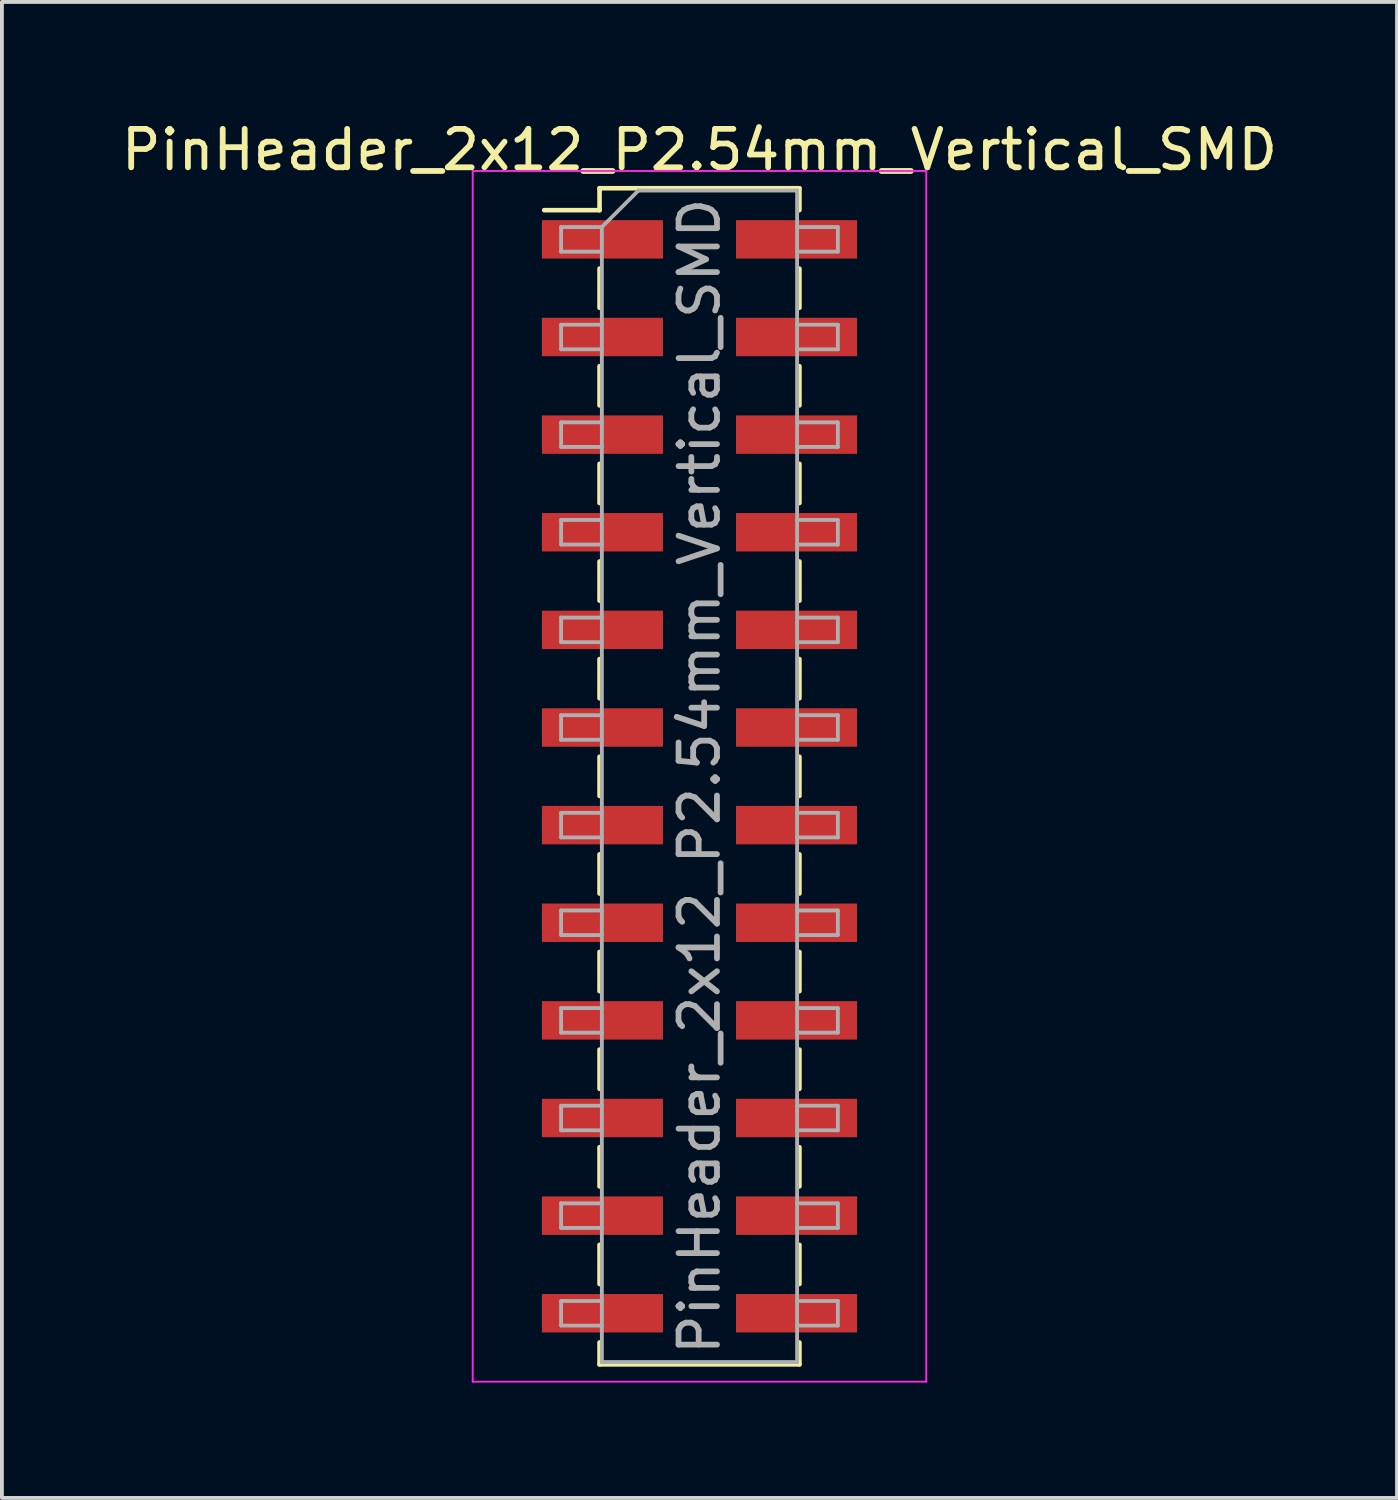
<source format=kicad_pcb>
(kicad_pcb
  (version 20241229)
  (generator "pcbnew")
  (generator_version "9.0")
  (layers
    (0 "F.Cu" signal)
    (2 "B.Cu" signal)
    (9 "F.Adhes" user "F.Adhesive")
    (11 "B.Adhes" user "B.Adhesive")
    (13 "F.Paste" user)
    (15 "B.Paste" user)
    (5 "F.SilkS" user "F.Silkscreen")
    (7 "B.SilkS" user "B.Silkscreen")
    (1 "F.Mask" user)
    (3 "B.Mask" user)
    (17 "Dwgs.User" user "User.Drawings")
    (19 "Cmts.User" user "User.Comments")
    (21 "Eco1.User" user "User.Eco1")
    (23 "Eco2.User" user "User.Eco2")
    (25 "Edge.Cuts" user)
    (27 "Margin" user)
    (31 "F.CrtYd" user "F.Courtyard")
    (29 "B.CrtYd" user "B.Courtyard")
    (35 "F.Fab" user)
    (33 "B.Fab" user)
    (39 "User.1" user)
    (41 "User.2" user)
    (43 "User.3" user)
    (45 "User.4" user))
  (footprint "PinHeader_2x12_P2.54mm_Vertical_SMD"
    (layer "F.Cu")
    (at 15.149 17.148)
    (property "Reference" "PinHeader_2x12_P2.54mm_Vertical_SMD" (at 0 -16.3 0) (layer "F.SilkS") (effects (font (size 1 1) (thickness 0.15))))
    (attr smd)
    (fp_line (start -4.04 -14.73) (end -2.6 -14.73) (stroke (width 0.12) (type solid)) (layer "F.SilkS"))
    (fp_line (start -2.6 -15.3) (end -2.6 -14.73) (stroke (width 0.12) (type solid)) (layer "F.SilkS"))
    (fp_line (start -2.6 -15.3) (end 2.6 -15.3) (stroke (width 0.12) (type solid)) (layer "F.SilkS"))
    (fp_line (start -2.6 -13.21) (end -2.6 -12.19) (stroke (width 0.12) (type solid)) (layer "F.SilkS"))
    (fp_line (start -2.6 -10.67) (end -2.6 -9.65) (stroke (width 0.12) (type solid)) (layer "F.SilkS"))
    (fp_line (start -2.6 -8.13) (end -2.6 -7.11) (stroke (width 0.12) (type solid)) (layer "F.SilkS"))
    (fp_line (start -2.6 -5.59) (end -2.6 -4.57) (stroke (width 0.12) (type solid)) (layer "F.SilkS"))
    (fp_line (start -2.6 -3.05) (end -2.6 -2.03) (stroke (width 0.12) (type solid)) (layer "F.SilkS"))
    (fp_line (start -2.6 -0.51) (end -2.6 0.51) (stroke (width 0.12) (type solid)) (layer "F.SilkS"))
    (fp_line (start -2.6 2.03) (end -2.6 3.05) (stroke (width 0.12) (type solid)) (layer "F.SilkS"))
    (fp_line (start -2.6 4.57) (end -2.6 5.59) (stroke (width 0.12) (type solid)) (layer "F.SilkS"))
    (fp_line (start -2.6 7.11) (end -2.6 8.13) (stroke (width 0.12) (type solid)) (layer "F.SilkS"))
    (fp_line (start -2.6 9.65) (end -2.6 10.67) (stroke (width 0.12) (type solid)) (layer "F.SilkS"))
    (fp_line (start -2.6 12.19) (end -2.6 13.21) (stroke (width 0.12) (type solid)) (layer "F.SilkS"))
    (fp_line (start -2.6 14.73) (end -2.6 15.3) (stroke (width 0.12) (type solid)) (layer "F.SilkS"))
    (fp_line (start -2.6 15.3) (end 2.6 15.3) (stroke (width 0.12) (type solid)) (layer "F.SilkS"))
    (fp_line (start 2.6 -15.3) (end 2.6 -14.73) (stroke (width 0.12) (type solid)) (layer "F.SilkS"))
    (fp_line (start 2.6 -13.21) (end 2.6 -12.19) (stroke (width 0.12) (type solid)) (layer "F.SilkS"))
    (fp_line (start 2.6 -10.67) (end 2.6 -9.65) (stroke (width 0.12) (type solid)) (layer "F.SilkS"))
    (fp_line (start 2.6 -8.13) (end 2.6 -7.11) (stroke (width 0.12) (type solid)) (layer "F.SilkS"))
    (fp_line (start 2.6 -5.59) (end 2.6 -4.57) (stroke (width 0.12) (type solid)) (layer "F.SilkS"))
    (fp_line (start 2.6 -3.05) (end 2.6 -2.03) (stroke (width 0.12) (type solid)) (layer "F.SilkS"))
    (fp_line (start 2.6 -0.51) (end 2.6 0.51) (stroke (width 0.12) (type solid)) (layer "F.SilkS"))
    (fp_line (start 2.6 2.03) (end 2.6 3.05) (stroke (width 0.12) (type solid)) (layer "F.SilkS"))
    (fp_line (start 2.6 4.57) (end 2.6 5.59) (stroke (width 0.12) (type solid)) (layer "F.SilkS"))
    (fp_line (start 2.6 7.11) (end 2.6 8.13) (stroke (width 0.12) (type solid)) (layer "F.SilkS"))
    (fp_line (start 2.6 9.65) (end 2.6 10.67) (stroke (width 0.12) (type solid)) (layer "F.SilkS"))
    (fp_line (start 2.6 12.19) (end 2.6 13.21) (stroke (width 0.12) (type solid)) (layer "F.SilkS"))
    (fp_line (start 2.6 14.73) (end 2.6 15.3) (stroke (width 0.12) (type solid)) (layer "F.SilkS"))
    (fp_line (start -5.9 -15.75) (end -5.9 15.75) (stroke (width 0.05) (type solid)) (layer "F.CrtYd"))
    (fp_line (start -5.9 15.75) (end 5.9 15.75) (stroke (width 0.05) (type solid)) (layer "F.CrtYd"))
    (fp_line (start 5.9 -15.75) (end -5.9 -15.75) (stroke (width 0.05) (type solid)) (layer "F.CrtYd"))
    (fp_line (start 5.9 15.75) (end 5.9 -15.75) (stroke (width 0.05) (type solid)) (layer "F.CrtYd"))
    (fp_line (start -3.6 -14.29) (end -3.6 -13.65) (stroke (width 0.1) (type solid)) (layer "F.Fab"))
    (fp_line (start -3.6 -13.65) (end -2.54 -13.65) (stroke (width 0.1) (type solid)) (layer "F.Fab"))
    (fp_line (start -3.6 -11.75) (end -3.6 -11.11) (stroke (width 0.1) (type solid)) (layer "F.Fab"))
    (fp_line (start -3.6 -11.11) (end -2.54 -11.11) (stroke (width 0.1) (type solid)) (layer "F.Fab"))
    (fp_line (start -3.6 -9.21) (end -3.6 -8.57) (stroke (width 0.1) (type solid)) (layer "F.Fab"))
    (fp_line (start -3.6 -8.57) (end -2.54 -8.57) (stroke (width 0.1) (type solid)) (layer "F.Fab"))
    (fp_line (start -3.6 -6.67) (end -3.6 -6.03) (stroke (width 0.1) (type solid)) (layer "F.Fab"))
    (fp_line (start -3.6 -6.03) (end -2.54 -6.03) (stroke (width 0.1) (type solid)) (layer "F.Fab"))
    (fp_line (start -3.6 -4.13) (end -3.6 -3.49) (stroke (width 0.1) (type solid)) (layer "F.Fab"))
    (fp_line (start -3.6 -3.49) (end -2.54 -3.49) (stroke (width 0.1) (type solid)) (layer "F.Fab"))
    (fp_line (start -3.6 -1.59) (end -3.6 -0.95) (stroke (width 0.1) (type solid)) (layer "F.Fab"))
    (fp_line (start -3.6 -0.95) (end -2.54 -0.95) (stroke (width 0.1) (type solid)) (layer "F.Fab"))
    (fp_line (start -3.6 0.95) (end -3.6 1.59) (stroke (width 0.1) (type solid)) (layer "F.Fab"))
    (fp_line (start -3.6 1.59) (end -2.54 1.59) (stroke (width 0.1) (type solid)) (layer "F.Fab"))
    (fp_line (start -3.6 3.49) (end -3.6 4.13) (stroke (width 0.1) (type solid)) (layer "F.Fab"))
    (fp_line (start -3.6 4.13) (end -2.54 4.13) (stroke (width 0.1) (type solid)) (layer "F.Fab"))
    (fp_line (start -3.6 6.03) (end -3.6 6.67) (stroke (width 0.1) (type solid)) (layer "F.Fab"))
    (fp_line (start -3.6 6.67) (end -2.54 6.67) (stroke (width 0.1) (type solid)) (layer "F.Fab"))
    (fp_line (start -3.6 8.57) (end -3.6 9.21) (stroke (width 0.1) (type solid)) (layer "F.Fab"))
    (fp_line (start -3.6 9.21) (end -2.54 9.21) (stroke (width 0.1) (type solid)) (layer "F.Fab"))
    (fp_line (start -3.6 11.11) (end -3.6 11.75) (stroke (width 0.1) (type solid)) (layer "F.Fab"))
    (fp_line (start -3.6 11.75) (end -2.54 11.75) (stroke (width 0.1) (type solid)) (layer "F.Fab"))
    (fp_line (start -3.6 13.65) (end -3.6 14.29) (stroke (width 0.1) (type solid)) (layer "F.Fab"))
    (fp_line (start -3.6 14.29) (end -2.54 14.29) (stroke (width 0.1) (type solid)) (layer "F.Fab"))
    (fp_line (start -2.54 -14.29) (end -3.6 -14.29) (stroke (width 0.1) (type solid)) (layer "F.Fab"))
    (fp_line (start -2.54 -14.29) (end -1.59 -15.24) (stroke (width 0.1) (type solid)) (layer "F.Fab"))
    (fp_line (start -2.54 -11.75) (end -3.6 -11.75) (stroke (width 0.1) (type solid)) (layer "F.Fab"))
    (fp_line (start -2.54 -9.21) (end -3.6 -9.21) (stroke (width 0.1) (type solid)) (layer "F.Fab"))
    (fp_line (start -2.54 -6.67) (end -3.6 -6.67) (stroke (width 0.1) (type solid)) (layer "F.Fab"))
    (fp_line (start -2.54 -4.13) (end -3.6 -4.13) (stroke (width 0.1) (type solid)) (layer "F.Fab"))
    (fp_line (start -2.54 -1.59) (end -3.6 -1.59) (stroke (width 0.1) (type solid)) (layer "F.Fab"))
    (fp_line (start -2.54 0.95) (end -3.6 0.95) (stroke (width 0.1) (type solid)) (layer "F.Fab"))
    (fp_line (start -2.54 3.49) (end -3.6 3.49) (stroke (width 0.1) (type solid)) (layer "F.Fab"))
    (fp_line (start -2.54 6.03) (end -3.6 6.03) (stroke (width 0.1) (type solid)) (layer "F.Fab"))
    (fp_line (start -2.54 8.57) (end -3.6 8.57) (stroke (width 0.1) (type solid)) (layer "F.Fab"))
    (fp_line (start -2.54 11.11) (end -3.6 11.11) (stroke (width 0.1) (type solid)) (layer "F.Fab"))
    (fp_line (start -2.54 13.65) (end -3.6 13.65) (stroke (width 0.1) (type solid)) (layer "F.Fab"))
    (fp_line (start -2.54 15.24) (end -2.54 -14.29) (stroke (width 0.1) (type solid)) (layer "F.Fab"))
    (fp_line (start -1.59 -15.24) (end 2.54 -15.24) (stroke (width 0.1) (type solid)) (layer "F.Fab"))
    (fp_line (start 2.54 -15.24) (end 2.54 15.24) (stroke (width 0.1) (type solid)) (layer "F.Fab"))
    (fp_line (start 2.54 -14.29) (end 3.6 -14.29) (stroke (width 0.1) (type solid)) (layer "F.Fab"))
    (fp_line (start 2.54 -11.75) (end 3.6 -11.75) (stroke (width 0.1) (type solid)) (layer "F.Fab"))
    (fp_line (start 2.54 -9.21) (end 3.6 -9.21) (stroke (width 0.1) (type solid)) (layer "F.Fab"))
    (fp_line (start 2.54 -6.67) (end 3.6 -6.67) (stroke (width 0.1) (type solid)) (layer "F.Fab"))
    (fp_line (start 2.54 -4.13) (end 3.6 -4.13) (stroke (width 0.1) (type solid)) (layer "F.Fab"))
    (fp_line (start 2.54 -1.59) (end 3.6 -1.59) (stroke (width 0.1) (type solid)) (layer "F.Fab"))
    (fp_line (start 2.54 0.95) (end 3.6 0.95) (stroke (width 0.1) (type solid)) (layer "F.Fab"))
    (fp_line (start 2.54 3.49) (end 3.6 3.49) (stroke (width 0.1) (type solid)) (layer "F.Fab"))
    (fp_line (start 2.54 6.03) (end 3.6 6.03) (stroke (width 0.1) (type solid)) (layer "F.Fab"))
    (fp_line (start 2.54 8.57) (end 3.6 8.57) (stroke (width 0.1) (type solid)) (layer "F.Fab"))
    (fp_line (start 2.54 11.11) (end 3.6 11.11) (stroke (width 0.1) (type solid)) (layer "F.Fab"))
    (fp_line (start 2.54 13.65) (end 3.6 13.65) (stroke (width 0.1) (type solid)) (layer "F.Fab"))
    (fp_line (start 2.54 15.24) (end -2.54 15.24) (stroke (width 0.1) (type solid)) (layer "F.Fab"))
    (fp_line (start 3.6 -14.29) (end 3.6 -13.65) (stroke (width 0.1) (type solid)) (layer "F.Fab"))
    (fp_line (start 3.6 -13.65) (end 2.54 -13.65) (stroke (width 0.1) (type solid)) (layer "F.Fab"))
    (fp_line (start 3.6 -11.75) (end 3.6 -11.11) (stroke (width 0.1) (type solid)) (layer "F.Fab"))
    (fp_line (start 3.6 -11.11) (end 2.54 -11.11) (stroke (width 0.1) (type solid)) (layer "F.Fab"))
    (fp_line (start 3.6 -9.21) (end 3.6 -8.57) (stroke (width 0.1) (type solid)) (layer "F.Fab"))
    (fp_line (start 3.6 -8.57) (end 2.54 -8.57) (stroke (width 0.1) (type solid)) (layer "F.Fab"))
    (fp_line (start 3.6 -6.67) (end 3.6 -6.03) (stroke (width 0.1) (type solid)) (layer "F.Fab"))
    (fp_line (start 3.6 -6.03) (end 2.54 -6.03) (stroke (width 0.1) (type solid)) (layer "F.Fab"))
    (fp_line (start 3.6 -4.13) (end 3.6 -3.49) (stroke (width 0.1) (type solid)) (layer "F.Fab"))
    (fp_line (start 3.6 -3.49) (end 2.54 -3.49) (stroke (width 0.1) (type solid)) (layer "F.Fab"))
    (fp_line (start 3.6 -1.59) (end 3.6 -0.95) (stroke (width 0.1) (type solid)) (layer "F.Fab"))
    (fp_line (start 3.6 -0.95) (end 2.54 -0.95) (stroke (width 0.1) (type solid)) (layer "F.Fab"))
    (fp_line (start 3.6 0.95) (end 3.6 1.59) (stroke (width 0.1) (type solid)) (layer "F.Fab"))
    (fp_line (start 3.6 1.59) (end 2.54 1.59) (stroke (width 0.1) (type solid)) (layer "F.Fab"))
    (fp_line (start 3.6 3.49) (end 3.6 4.13) (stroke (width 0.1) (type solid)) (layer "F.Fab"))
    (fp_line (start 3.6 4.13) (end 2.54 4.13) (stroke (width 0.1) (type solid)) (layer "F.Fab"))
    (fp_line (start 3.6 6.03) (end 3.6 6.67) (stroke (width 0.1) (type solid)) (layer "F.Fab"))
    (fp_line (start 3.6 6.67) (end 2.54 6.67) (stroke (width 0.1) (type solid)) (layer "F.Fab"))
    (fp_line (start 3.6 8.57) (end 3.6 9.21) (stroke (width 0.1) (type solid)) (layer "F.Fab"))
    (fp_line (start 3.6 9.21) (end 2.54 9.21) (stroke (width 0.1) (type solid)) (layer "F.Fab"))
    (fp_line (start 3.6 11.11) (end 3.6 11.75) (stroke (width 0.1) (type solid)) (layer "F.Fab"))
    (fp_line (start 3.6 11.75) (end 2.54 11.75) (stroke (width 0.1) (type solid)) (layer "F.Fab"))
    (fp_line (start 3.6 13.65) (end 3.6 14.29) (stroke (width 0.1) (type solid)) (layer "F.Fab"))
    (fp_line (start 3.6 14.29) (end 2.54 14.29) (stroke (width 0.1) (type solid)) (layer "F.Fab"))
    (fp_text user "${REFERENCE}" (at 0 0 90) (layer "F.Fab") (effects (font (size 1 1) (thickness 0.15))))
    (pad "1" smd rect (at -2.525 -13.97) (size 3.15 1) (layers "F.Cu" "F.Mask" "F.Paste"))
    (pad "2" smd rect (at 2.525 -13.97) (size 3.15 1) (layers "F.Cu" "F.Mask" "F.Paste"))
    (pad "3" smd rect (at -2.525 -11.43) (size 3.15 1) (layers "F.Cu" "F.Mask" "F.Paste"))
    (pad "4" smd rect (at 2.525 -11.43) (size 3.15 1) (layers "F.Cu" "F.Mask" "F.Paste"))
    (pad "5" smd rect (at -2.525 -8.89) (size 3.15 1) (layers "F.Cu" "F.Mask" "F.Paste"))
    (pad "6" smd rect (at 2.525 -8.89) (size 3.15 1) (layers "F.Cu" "F.Mask" "F.Paste"))
    (pad "7" smd rect (at -2.525 -6.35) (size 3.15 1) (layers "F.Cu" "F.Mask" "F.Paste"))
    (pad "8" smd rect (at 2.525 -6.35) (size 3.15 1) (layers "F.Cu" "F.Mask" "F.Paste"))
    (pad "9" smd rect (at -2.525 -3.81) (size 3.15 1) (layers "F.Cu" "F.Mask" "F.Paste"))
    (pad "10" smd rect (at 2.525 -3.81) (size 3.15 1) (layers "F.Cu" "F.Mask" "F.Paste"))
    (pad "11" smd rect (at -2.525 -1.27) (size 3.15 1) (layers "F.Cu" "F.Mask" "F.Paste"))
    (pad "12" smd rect (at 2.525 -1.27) (size 3.15 1) (layers "F.Cu" "F.Mask" "F.Paste"))
    (pad "13" smd rect (at -2.525 1.27) (size 3.15 1) (layers "F.Cu" "F.Mask" "F.Paste"))
    (pad "14" smd rect (at 2.525 1.27) (size 3.15 1) (layers "F.Cu" "F.Mask" "F.Paste"))
    (pad "15" smd rect (at -2.525 3.81) (size 3.15 1) (layers "F.Cu" "F.Mask" "F.Paste"))
    (pad "16" smd rect (at 2.525 3.81) (size 3.15 1) (layers "F.Cu" "F.Mask" "F.Paste"))
    (pad "17" smd rect (at -2.525 6.35) (size 3.15 1) (layers "F.Cu" "F.Mask" "F.Paste"))
    (pad "18" smd rect (at 2.525 6.35) (size 3.15 1) (layers "F.Cu" "F.Mask" "F.Paste"))
    (pad "19" smd rect (at -2.525 8.89) (size 3.15 1) (layers "F.Cu" "F.Mask" "F.Paste"))
    (pad "20" smd rect (at 2.525 8.89) (size 3.15 1) (layers "F.Cu" "F.Mask" "F.Paste"))
    (pad "21" smd rect (at -2.525 11.43) (size 3.15 1) (layers "F.Cu" "F.Mask" "F.Paste"))
    (pad "22" smd rect (at 2.525 11.43) (size 3.15 1) (layers "F.Cu" "F.Mask" "F.Paste"))
    (pad "23" smd rect (at -2.525 13.97) (size 3.15 1) (layers "F.Cu" "F.Mask" "F.Paste"))
    (pad "24" smd rect (at 2.525 13.97) (size 3.15 1) (layers "F.Cu" "F.Mask" "F.Paste")))
  (gr_rect
    (start -3 -3)
    (end 33.298 35.923)
    (stroke (width 0.1) (type default))
    (fill no)
    (layer "Edge.Cuts")))
</source>
